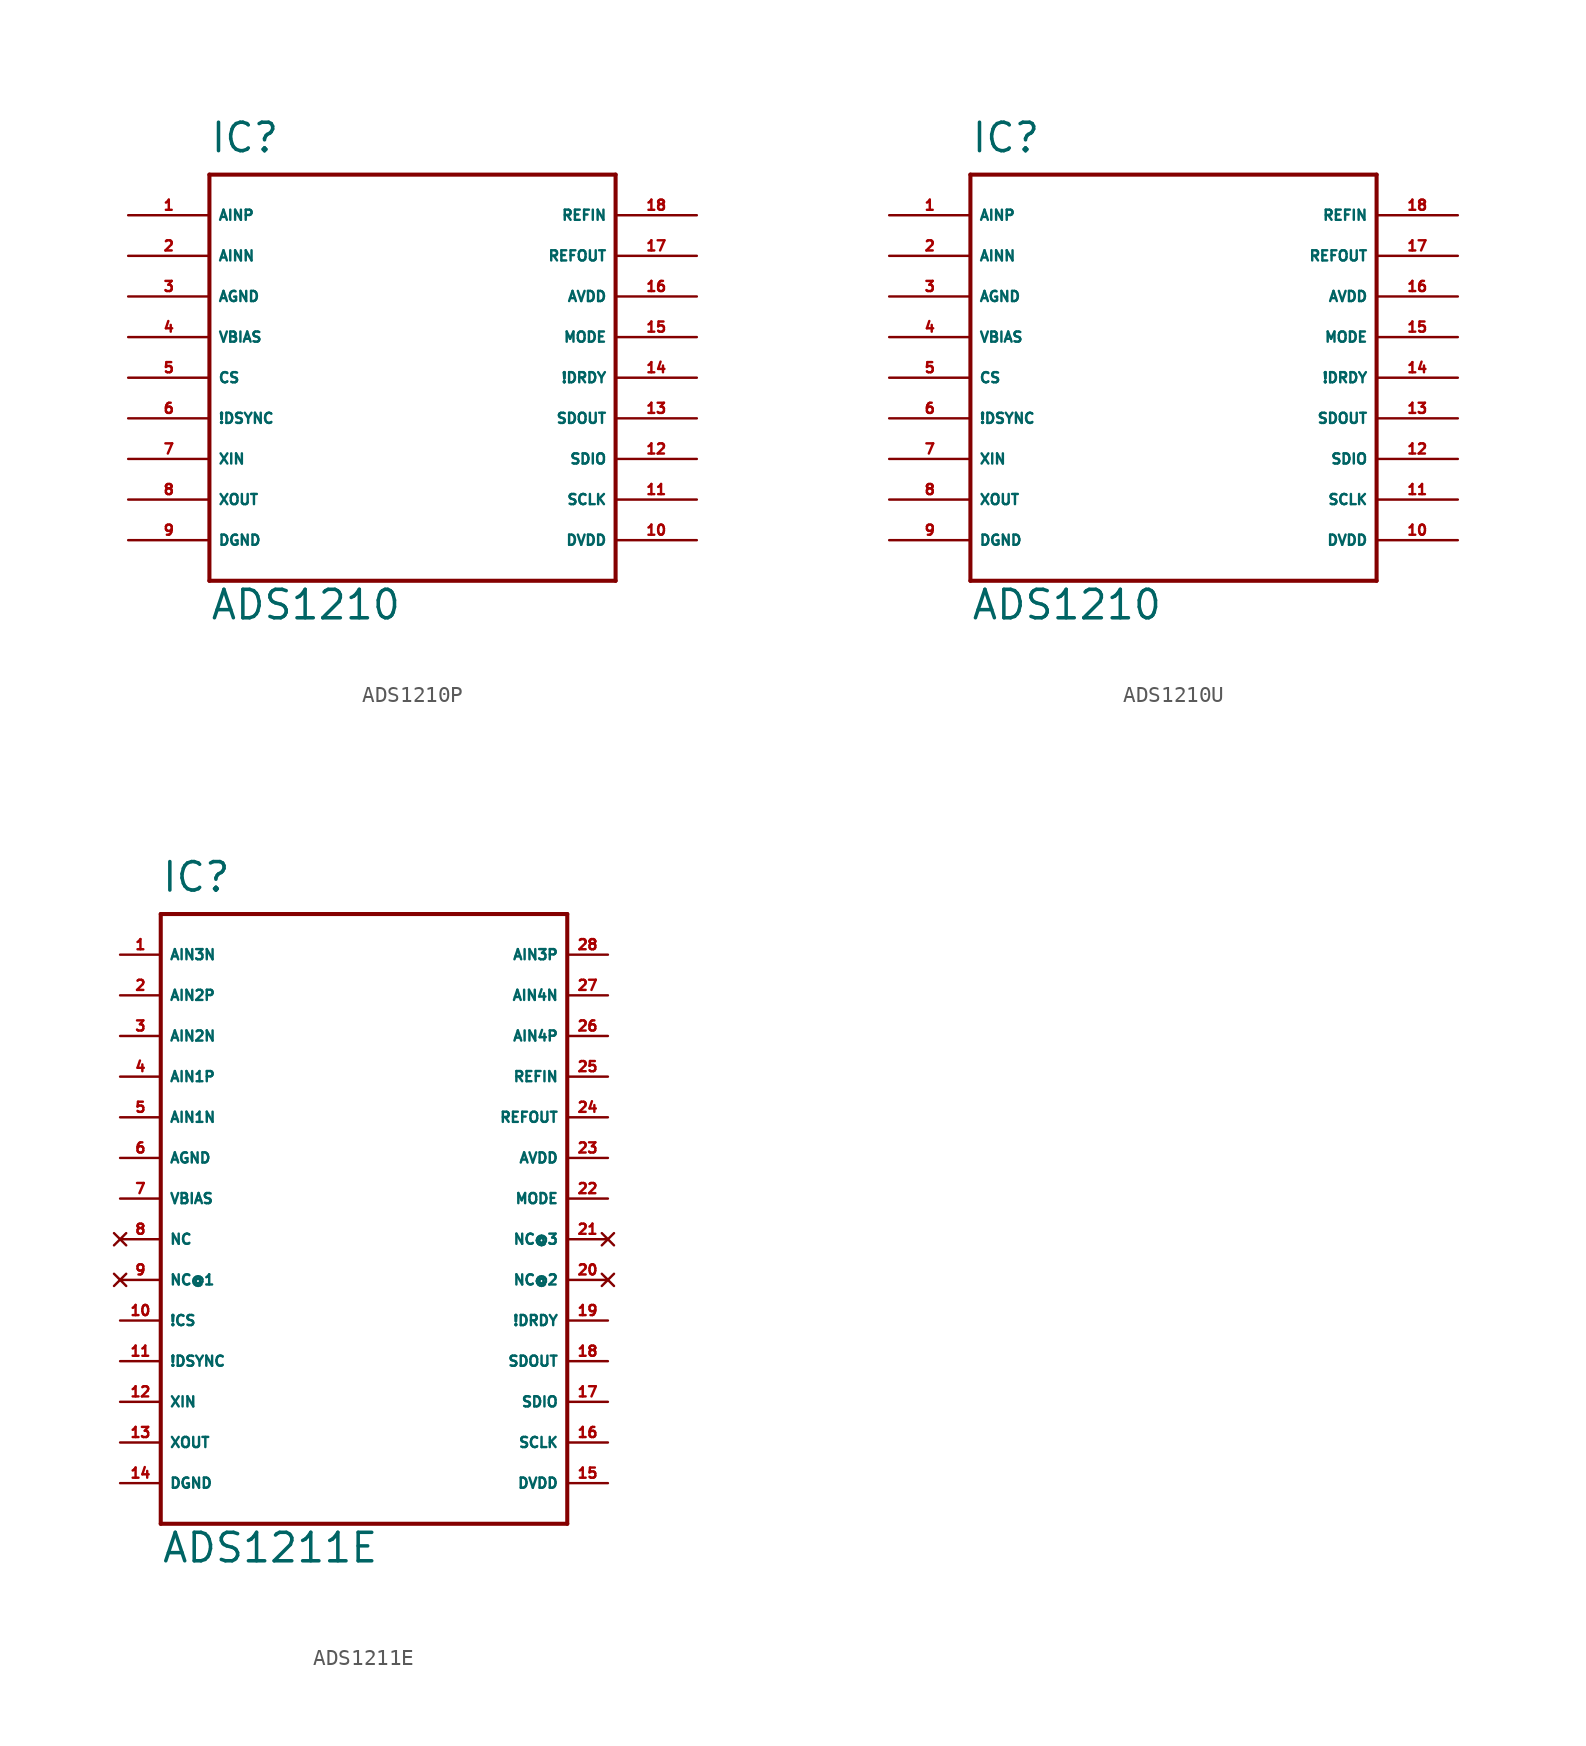
<source format=kicad_sym>
(kicad_symbol_lib
  (version 20220914)
  (generator Eagle2Kicad)
  (symbol "ADS1210P"
    (property "Reference" "IC"
      (at -12.7 13.97 0)
      (effects (font (size 1.778 1.778) (thickness 0.22)) (justify left bottom)))
    (property "Value" "ADS1210"
      (at -12.7 -15.24 0)
      (effects (font (size 1.778 1.778) (thickness 0.22)) (justify left bottom)))
    (polyline
      (pts (xy -12.7 -12.7) (xy 12.7 -12.7))
      (stroke (width 0.254) (type default))
      (fill (type none)))
    (polyline
      (pts (xy 12.7 -12.7) (xy 12.7 12.7))
      (stroke (width 0.254) (type default))
      (fill (type none)))
    (polyline
      (pts (xy 12.7 12.7) (xy -12.7 12.7))
      (stroke (width 0.254) (type default))
      (fill (type none)))
    (polyline
      (pts (xy -12.7 12.7) (xy -12.7 -12.7))
      (stroke (width 0.254) (type default))
      (fill (type none)))
    (pin input line
      (at -17.78 10.16 0)
      (length 5.08)
      (name "AINP" (effects (font (size 0.635 0.635) (thickness 0.08)) (justify left bottom)))
      (number "1" (effects (font (size 0.635 0.635) (thickness 0.08)) (justify left bottom))))
    (pin input line
      (at -17.78 7.62 0)
      (length 5.08)
      (name "AINN" (effects (font (size 0.635 0.635) (thickness 0.08)) (justify left bottom)))
      (number "2" (effects (font (size 0.635 0.635) (thickness 0.08)) (justify left bottom))))
    (pin unspecified line
      (at -17.78 5.08 0)
      (length 5.08)
      (name "AGND" (effects (font (size 0.635 0.635) (thickness 0.08)) (justify left bottom)))
      (number "3" (effects (font (size 0.635 0.635) (thickness 0.08)) (justify left bottom))))
    (pin input line
      (at -17.78 2.54 0)
      (length 5.08)
      (name "VBIAS" (effects (font (size 0.635 0.635) (thickness 0.08)) (justify left bottom)))
      (number "4" (effects (font (size 0.635 0.635) (thickness 0.08)) (justify left bottom))))
    (pin input line
      (at -17.78 0 0)
      (length 5.08)
      (name "CS" (effects (font (size 0.635 0.635) (thickness 0.08)) (justify left bottom)))
      (number "5" (effects (font (size 0.635 0.635) (thickness 0.08)) (justify left bottom))))
    (pin input line
      (at -17.78 -2.54 0)
      (length 5.08)
      (name "!DSYNC" (effects (font (size 0.635 0.635) (thickness 0.08)) (justify left bottom)))
      (number "6" (effects (font (size 0.635 0.635) (thickness 0.08)) (justify left bottom))))
    (pin input line
      (at -17.78 -5.08 0)
      (length 5.08)
      (name "XIN" (effects (font (size 0.635 0.635) (thickness 0.08)) (justify left bottom)))
      (number "7" (effects (font (size 0.635 0.635) (thickness 0.08)) (justify left bottom))))
    (pin output line
      (at -17.78 -7.62 0)
      (length 5.08)
      (name "XOUT" (effects (font (size 0.635 0.635) (thickness 0.08)) (justify left bottom)))
      (number "8" (effects (font (size 0.635 0.635) (thickness 0.08)) (justify left bottom))))
    (pin unspecified line
      (at -17.78 -10.16 0)
      (length 5.08)
      (name "DGND" (effects (font (size 0.635 0.635) (thickness 0.08)) (justify left bottom)))
      (number "9" (effects (font (size 0.635 0.635) (thickness 0.08)) (justify left bottom))))
    (pin unspecified line
      (at 17.78 -10.16 180)
      (length 5.08)
      (name "DVDD" (effects (font (size 0.635 0.635) (thickness 0.08)) (justify left bottom)))
      (number "10" (effects (font (size 0.635 0.635) (thickness 0.08)) (justify left bottom))))
    (pin bidirectional line
      (at 17.78 -7.62 180)
      (length 5.08)
      (name "SCLK" (effects (font (size 0.635 0.635) (thickness 0.08)) (justify left bottom)))
      (number "11" (effects (font (size 0.635 0.635) (thickness 0.08)) (justify left bottom))))
    (pin bidirectional line
      (at 17.78 -5.08 180)
      (length 5.08)
      (name "SDIO" (effects (font (size 0.635 0.635) (thickness 0.08)) (justify left bottom)))
      (number "12" (effects (font (size 0.635 0.635) (thickness 0.08)) (justify left bottom))))
    (pin output line
      (at 17.78 -2.54 180)
      (length 5.08)
      (name "SDOUT" (effects (font (size 0.635 0.635) (thickness 0.08)) (justify left bottom)))
      (number "13" (effects (font (size 0.635 0.635) (thickness 0.08)) (justify left bottom))))
    (pin output line
      (at 17.78 0 180)
      (length 5.08)
      (name "!DRDY" (effects (font (size 0.635 0.635) (thickness 0.08)) (justify left bottom)))
      (number "14" (effects (font (size 0.635 0.635) (thickness 0.08)) (justify left bottom))))
    (pin input line
      (at 17.78 2.54 180)
      (length 5.08)
      (name "MODE" (effects (font (size 0.635 0.635) (thickness 0.08)) (justify left bottom)))
      (number "15" (effects (font (size 0.635 0.635) (thickness 0.08)) (justify left bottom))))
    (pin unspecified line
      (at 17.78 5.08 180)
      (length 5.08)
      (name "AVDD" (effects (font (size 0.635 0.635) (thickness 0.08)) (justify left bottom)))
      (number "16" (effects (font (size 0.635 0.635) (thickness 0.08)) (justify left bottom))))
    (pin output line
      (at 17.78 7.62 180)
      (length 5.08)
      (name "REFOUT" (effects (font (size 0.635 0.635) (thickness 0.08)) (justify left bottom)))
      (number "17" (effects (font (size 0.635 0.635) (thickness 0.08)) (justify left bottom))))
    (pin input line
      (at 17.78 10.16 180)
      (length 5.08)
      (name "REFIN" (effects (font (size 0.635 0.635) (thickness 0.08)) (justify left bottom)))
      (number "18" (effects (font (size 0.635 0.635) (thickness 0.08)) (justify left bottom)))))
  (symbol "ADS1210U"
    (property "Reference" "IC"
      (at -12.7 13.97 0)
      (effects (font (size 1.778 1.778) (thickness 0.22)) (justify left bottom)))
    (property "Value" "ADS1210"
      (at -12.7 -15.24 0)
      (effects (font (size 1.778 1.778) (thickness 0.22)) (justify left bottom)))
    (polyline
      (pts (xy -12.7 -12.7) (xy 12.7 -12.7))
      (stroke (width 0.254) (type default))
      (fill (type none)))
    (polyline
      (pts (xy 12.7 -12.7) (xy 12.7 12.7))
      (stroke (width 0.254) (type default))
      (fill (type none)))
    (polyline
      (pts (xy 12.7 12.7) (xy -12.7 12.7))
      (stroke (width 0.254) (type default))
      (fill (type none)))
    (polyline
      (pts (xy -12.7 12.7) (xy -12.7 -12.7))
      (stroke (width 0.254) (type default))
      (fill (type none)))
    (pin input line
      (at -17.78 10.16 0)
      (length 5.08)
      (name "AINP" (effects (font (size 0.635 0.635) (thickness 0.08)) (justify left bottom)))
      (number "1" (effects (font (size 0.635 0.635) (thickness 0.08)) (justify left bottom))))
    (pin input line
      (at -17.78 7.62 0)
      (length 5.08)
      (name "AINN" (effects (font (size 0.635 0.635) (thickness 0.08)) (justify left bottom)))
      (number "2" (effects (font (size 0.635 0.635) (thickness 0.08)) (justify left bottom))))
    (pin unspecified line
      (at -17.78 5.08 0)
      (length 5.08)
      (name "AGND" (effects (font (size 0.635 0.635) (thickness 0.08)) (justify left bottom)))
      (number "3" (effects (font (size 0.635 0.635) (thickness 0.08)) (justify left bottom))))
    (pin input line
      (at -17.78 2.54 0)
      (length 5.08)
      (name "VBIAS" (effects (font (size 0.635 0.635) (thickness 0.08)) (justify left bottom)))
      (number "4" (effects (font (size 0.635 0.635) (thickness 0.08)) (justify left bottom))))
    (pin input line
      (at -17.78 0 0)
      (length 5.08)
      (name "CS" (effects (font (size 0.635 0.635) (thickness 0.08)) (justify left bottom)))
      (number "5" (effects (font (size 0.635 0.635) (thickness 0.08)) (justify left bottom))))
    (pin input line
      (at -17.78 -2.54 0)
      (length 5.08)
      (name "!DSYNC" (effects (font (size 0.635 0.635) (thickness 0.08)) (justify left bottom)))
      (number "6" (effects (font (size 0.635 0.635) (thickness 0.08)) (justify left bottom))))
    (pin input line
      (at -17.78 -5.08 0)
      (length 5.08)
      (name "XIN" (effects (font (size 0.635 0.635) (thickness 0.08)) (justify left bottom)))
      (number "7" (effects (font (size 0.635 0.635) (thickness 0.08)) (justify left bottom))))
    (pin output line
      (at -17.78 -7.62 0)
      (length 5.08)
      (name "XOUT" (effects (font (size 0.635 0.635) (thickness 0.08)) (justify left bottom)))
      (number "8" (effects (font (size 0.635 0.635) (thickness 0.08)) (justify left bottom))))
    (pin unspecified line
      (at -17.78 -10.16 0)
      (length 5.08)
      (name "DGND" (effects (font (size 0.635 0.635) (thickness 0.08)) (justify left bottom)))
      (number "9" (effects (font (size 0.635 0.635) (thickness 0.08)) (justify left bottom))))
    (pin unspecified line
      (at 17.78 -10.16 180)
      (length 5.08)
      (name "DVDD" (effects (font (size 0.635 0.635) (thickness 0.08)) (justify left bottom)))
      (number "10" (effects (font (size 0.635 0.635) (thickness 0.08)) (justify left bottom))))
    (pin bidirectional line
      (at 17.78 -7.62 180)
      (length 5.08)
      (name "SCLK" (effects (font (size 0.635 0.635) (thickness 0.08)) (justify left bottom)))
      (number "11" (effects (font (size 0.635 0.635) (thickness 0.08)) (justify left bottom))))
    (pin bidirectional line
      (at 17.78 -5.08 180)
      (length 5.08)
      (name "SDIO" (effects (font (size 0.635 0.635) (thickness 0.08)) (justify left bottom)))
      (number "12" (effects (font (size 0.635 0.635) (thickness 0.08)) (justify left bottom))))
    (pin output line
      (at 17.78 -2.54 180)
      (length 5.08)
      (name "SDOUT" (effects (font (size 0.635 0.635) (thickness 0.08)) (justify left bottom)))
      (number "13" (effects (font (size 0.635 0.635) (thickness 0.08)) (justify left bottom))))
    (pin output line
      (at 17.78 0 180)
      (length 5.08)
      (name "!DRDY" (effects (font (size 0.635 0.635) (thickness 0.08)) (justify left bottom)))
      (number "14" (effects (font (size 0.635 0.635) (thickness 0.08)) (justify left bottom))))
    (pin input line
      (at 17.78 2.54 180)
      (length 5.08)
      (name "MODE" (effects (font (size 0.635 0.635) (thickness 0.08)) (justify left bottom)))
      (number "15" (effects (font (size 0.635 0.635) (thickness 0.08)) (justify left bottom))))
    (pin unspecified line
      (at 17.78 5.08 180)
      (length 5.08)
      (name "AVDD" (effects (font (size 0.635 0.635) (thickness 0.08)) (justify left bottom)))
      (number "16" (effects (font (size 0.635 0.635) (thickness 0.08)) (justify left bottom))))
    (pin output line
      (at 17.78 7.62 180)
      (length 5.08)
      (name "REFOUT" (effects (font (size 0.635 0.635) (thickness 0.08)) (justify left bottom)))
      (number "17" (effects (font (size 0.635 0.635) (thickness 0.08)) (justify left bottom))))
    (pin input line
      (at 17.78 10.16 180)
      (length 5.08)
      (name "REFIN" (effects (font (size 0.635 0.635) (thickness 0.08)) (justify left bottom)))
      (number "18" (effects (font (size 0.635 0.635) (thickness 0.08)) (justify left bottom)))))
  (symbol "ADS1211E"
    (property "Reference" "IC"
      (at -12.7 19.05 0)
      (effects (font (size 1.778 1.778) (thickness 0.22)) (justify left bottom)))
    (property "Value" "ADS1211E"
      (at -12.7 -22.86 0)
      (effects (font (size 1.778 1.778) (thickness 0.22)) (justify left bottom)))
    (polyline
      (pts (xy -12.7 -20.32) (xy 12.7 -20.32))
      (stroke (width 0.254) (type default))
      (fill (type none)))
    (polyline
      (pts (xy 12.7 -20.32) (xy 12.7 17.78))
      (stroke (width 0.254) (type default))
      (fill (type none)))
    (polyline
      (pts (xy 12.7 17.78) (xy -12.7 17.78))
      (stroke (width 0.254) (type default))
      (fill (type none)))
    (polyline
      (pts (xy -12.7 17.78) (xy -12.7 -20.32))
      (stroke (width 0.254) (type default))
      (fill (type none)))
    (pin input line
      (at -15.24 15.24 0)
      (length 2.54)
      (name "AIN3N" (effects (font (size 0.635 0.635) (thickness 0.08)) (justify left bottom)))
      (number "1" (effects (font (size 0.635 0.635) (thickness 0.08)) (justify left bottom))))
    (pin input line
      (at -15.24 12.7 0)
      (length 2.54)
      (name "AIN2P" (effects (font (size 0.635 0.635) (thickness 0.08)) (justify left bottom)))
      (number "2" (effects (font (size 0.635 0.635) (thickness 0.08)) (justify left bottom))))
    (pin input line
      (at -15.24 10.16 0)
      (length 2.54)
      (name "AIN2N" (effects (font (size 0.635 0.635) (thickness 0.08)) (justify left bottom)))
      (number "3" (effects (font (size 0.635 0.635) (thickness 0.08)) (justify left bottom))))
    (pin input line
      (at -15.24 7.62 0)
      (length 2.54)
      (name "AIN1P" (effects (font (size 0.635 0.635) (thickness 0.08)) (justify left bottom)))
      (number "4" (effects (font (size 0.635 0.635) (thickness 0.08)) (justify left bottom))))
    (pin input line
      (at -15.24 5.08 0)
      (length 2.54)
      (name "AIN1N" (effects (font (size 0.635 0.635) (thickness 0.08)) (justify left bottom)))
      (number "5" (effects (font (size 0.635 0.635) (thickness 0.08)) (justify left bottom))))
    (pin unspecified line
      (at -15.24 2.54 0)
      (length 2.54)
      (name "AGND" (effects (font (size 0.635 0.635) (thickness 0.08)) (justify left bottom)))
      (number "6" (effects (font (size 0.635 0.635) (thickness 0.08)) (justify left bottom))))
    (pin input line
      (at -15.24 0 0)
      (length 2.54)
      (name "VBIAS" (effects (font (size 0.635 0.635) (thickness 0.08)) (justify left bottom)))
      (number "7" (effects (font (size 0.635 0.635) (thickness 0.08)) (justify left bottom))))
    (pin no_connect line
      (at -15.24 -2.54 0)
      (length 2.54)
      (name "NC" (effects (font (size 0.635 0.635) (thickness 0.08)) (justify left bottom) hide))
      (number "8" (effects (font (size 0.635 0.635) (thickness 0.08)) (justify left bottom) hide)))
    (pin no_connect line
      (at -15.24 -5.08 0)
      (length 2.54)
      (name "NC@1" (effects (font (size 0.635 0.635) (thickness 0.08)) (justify left bottom) hide))
      (number "9" (effects (font (size 0.635 0.635) (thickness 0.08)) (justify left bottom) hide)))
    (pin input line
      (at -15.24 -7.62 0)
      (length 2.54)
      (name "!CS" (effects (font (size 0.635 0.635) (thickness 0.08)) (justify left bottom)))
      (number "10" (effects (font (size 0.635 0.635) (thickness 0.08)) (justify left bottom))))
    (pin input line
      (at -15.24 -10.16 0)
      (length 2.54)
      (name "!DSYNC" (effects (font (size 0.635 0.635) (thickness 0.08)) (justify left bottom)))
      (number "11" (effects (font (size 0.635 0.635) (thickness 0.08)) (justify left bottom))))
    (pin input line
      (at -15.24 -12.7 0)
      (length 2.54)
      (name "XIN" (effects (font (size 0.635 0.635) (thickness 0.08)) (justify left bottom)))
      (number "12" (effects (font (size 0.635 0.635) (thickness 0.08)) (justify left bottom))))
    (pin output line
      (at -15.24 -15.24 0)
      (length 2.54)
      (name "XOUT" (effects (font (size 0.635 0.635) (thickness 0.08)) (justify left bottom)))
      (number "13" (effects (font (size 0.635 0.635) (thickness 0.08)) (justify left bottom))))
    (pin unspecified line
      (at -15.24 -17.78 0)
      (length 2.54)
      (name "DGND" (effects (font (size 0.635 0.635) (thickness 0.08)) (justify left bottom)))
      (number "14" (effects (font (size 0.635 0.635) (thickness 0.08)) (justify left bottom))))
    (pin unspecified line
      (at 15.24 -17.78 180)
      (length 2.54)
      (name "DVDD" (effects (font (size 0.635 0.635) (thickness 0.08)) (justify left bottom)))
      (number "15" (effects (font (size 0.635 0.635) (thickness 0.08)) (justify left bottom))))
    (pin bidirectional line
      (at 15.24 -15.24 180)
      (length 2.54)
      (name "SCLK" (effects (font (size 0.635 0.635) (thickness 0.08)) (justify left bottom)))
      (number "16" (effects (font (size 0.635 0.635) (thickness 0.08)) (justify left bottom))))
    (pin bidirectional line
      (at 15.24 -12.7 180)
      (length 2.54)
      (name "SDIO" (effects (font (size 0.635 0.635) (thickness 0.08)) (justify left bottom)))
      (number "17" (effects (font (size 0.635 0.635) (thickness 0.08)) (justify left bottom))))
    (pin output line
      (at 15.24 -10.16 180)
      (length 2.54)
      (name "SDOUT" (effects (font (size 0.635 0.635) (thickness 0.08)) (justify left bottom)))
      (number "18" (effects (font (size 0.635 0.635) (thickness 0.08)) (justify left bottom))))
    (pin output line
      (at 15.24 -7.62 180)
      (length 2.54)
      (name "!DRDY" (effects (font (size 0.635 0.635) (thickness 0.08)) (justify left bottom)))
      (number "19" (effects (font (size 0.635 0.635) (thickness 0.08)) (justify left bottom))))
    (pin no_connect line
      (at 15.24 -5.08 180)
      (length 2.54)
      (name "NC@2" (effects (font (size 0.635 0.635) (thickness 0.08)) (justify left bottom) hide))
      (number "20" (effects (font (size 0.635 0.635) (thickness 0.08)) (justify left bottom) hide)))
    (pin no_connect line
      (at 15.24 -2.54 180)
      (length 2.54)
      (name "NC@3" (effects (font (size 0.635 0.635) (thickness 0.08)) (justify left bottom) hide))
      (number "21" (effects (font (size 0.635 0.635) (thickness 0.08)) (justify left bottom) hide)))
    (pin input line
      (at 15.24 0 180)
      (length 2.54)
      (name "MODE" (effects (font (size 0.635 0.635) (thickness 0.08)) (justify left bottom)))
      (number "22" (effects (font (size 0.635 0.635) (thickness 0.08)) (justify left bottom))))
    (pin unspecified line
      (at 15.24 2.54 180)
      (length 2.54)
      (name "AVDD" (effects (font (size 0.635 0.635) (thickness 0.08)) (justify left bottom)))
      (number "23" (effects (font (size 0.635 0.635) (thickness 0.08)) (justify left bottom))))
    (pin output line
      (at 15.24 5.08 180)
      (length 2.54)
      (name "REFOUT" (effects (font (size 0.635 0.635) (thickness 0.08)) (justify left bottom)))
      (number "24" (effects (font (size 0.635 0.635) (thickness 0.08)) (justify left bottom))))
    (pin input line
      (at 15.24 7.62 180)
      (length 2.54)
      (name "REFIN" (effects (font (size 0.635 0.635) (thickness 0.08)) (justify left bottom)))
      (number "25" (effects (font (size 0.635 0.635) (thickness 0.08)) (justify left bottom))))
    (pin input line
      (at 15.24 10.16 180)
      (length 2.54)
      (name "AIN4P" (effects (font (size 0.635 0.635) (thickness 0.08)) (justify left bottom)))
      (number "26" (effects (font (size 0.635 0.635) (thickness 0.08)) (justify left bottom))))
    (pin input line
      (at 15.24 12.7 180)
      (length 2.54)
      (name "AIN4N" (effects (font (size 0.635 0.635) (thickness 0.08)) (justify left bottom)))
      (number "27" (effects (font (size 0.635 0.635) (thickness 0.08)) (justify left bottom))))
    (pin input line
      (at 15.24 15.24 180)
      (length 2.54)
      (name "AIN3P" (effects (font (size 0.635 0.635) (thickness 0.08)) (justify left bottom)))
      (number "28" (effects (font (size 0.635 0.635) (thickness 0.08)) (justify left bottom))))))
</source>
